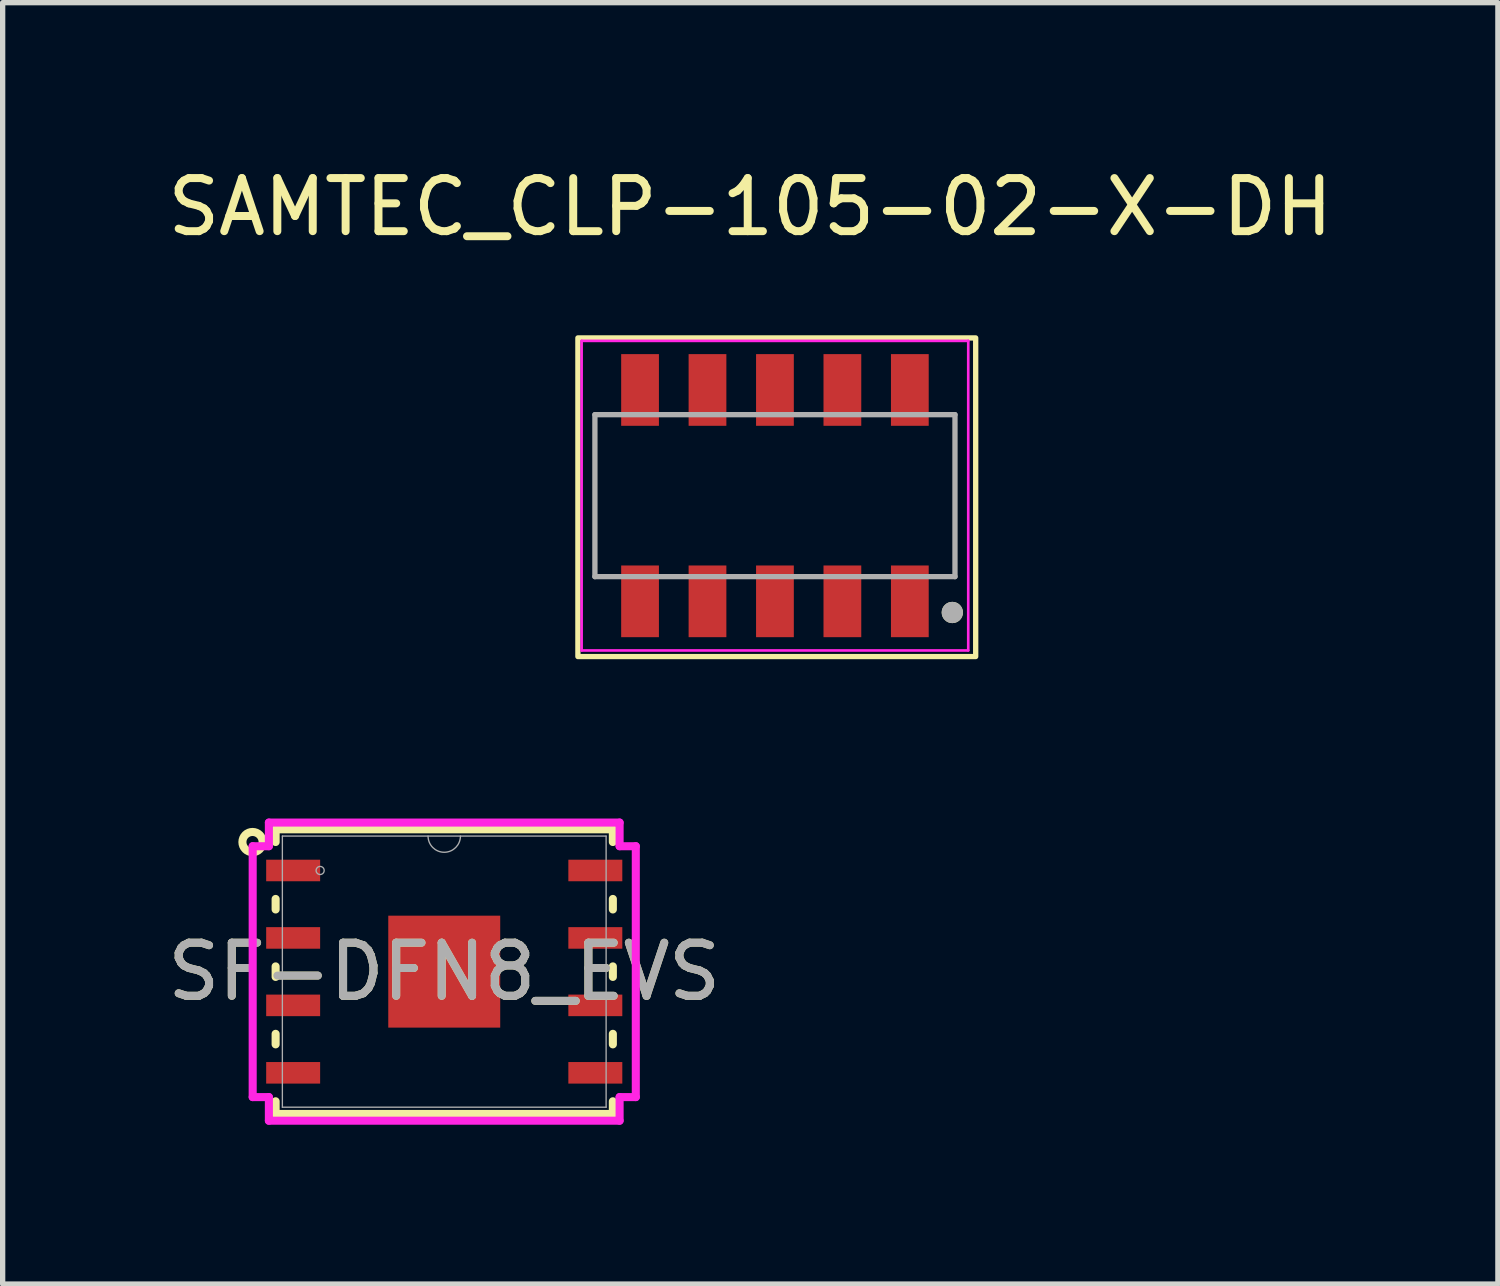
<source format=kicad_pcb>
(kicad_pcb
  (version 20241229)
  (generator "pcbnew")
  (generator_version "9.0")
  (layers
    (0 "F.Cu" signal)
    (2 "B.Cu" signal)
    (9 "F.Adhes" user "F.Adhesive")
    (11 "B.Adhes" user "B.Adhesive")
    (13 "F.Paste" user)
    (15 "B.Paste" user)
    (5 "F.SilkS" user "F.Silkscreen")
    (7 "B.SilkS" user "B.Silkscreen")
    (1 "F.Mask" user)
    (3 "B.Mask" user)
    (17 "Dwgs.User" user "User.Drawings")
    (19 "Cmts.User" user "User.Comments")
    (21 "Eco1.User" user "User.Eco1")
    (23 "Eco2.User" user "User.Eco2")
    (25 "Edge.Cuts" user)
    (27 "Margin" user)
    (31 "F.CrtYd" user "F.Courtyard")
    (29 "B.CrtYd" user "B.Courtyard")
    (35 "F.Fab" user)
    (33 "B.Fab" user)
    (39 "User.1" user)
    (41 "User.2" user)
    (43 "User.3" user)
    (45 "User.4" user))
  (footprint "SAMTEC_CLP-105-02-X-DH"
    (layer "F.Cu")
    (at 11.542 6.283)
    (property "Reference" "SAMTEC_CLP-105-02-X-DH" (at -0.465 -5.435 0) (layer "F.SilkS") (effects (font (size 1 1) (thickness 0.15))))
    (attr smd)
    (fp_rect (start -3.71 -2.97) (end 3.78 3.03) (stroke (width 0.1) (type default)) (fill no) (layer "F.SilkS"))
    (fp_circle (center 3.34 2.2) (end 3.44 2.2) (stroke (width 0.2) (type solid)) (fill no) (layer "F.SilkS"))
    (fp_line (start -3.64 -2.915) (end 3.64 -2.915) (stroke (width 0.05) (type solid)) (layer "F.CrtYd"))
    (fp_line (start -3.64 2.915) (end -3.64 -2.915) (stroke (width 0.05) (type solid)) (layer "F.CrtYd"))
    (fp_line (start 3.64 -2.915) (end 3.64 2.915) (stroke (width 0.05) (type solid)) (layer "F.CrtYd"))
    (fp_line (start 3.64 2.915) (end -3.64 2.915) (stroke (width 0.05) (type solid)) (layer "F.CrtYd"))
    (fp_line (start -3.39 -1.525) (end -3.39 1.525) (stroke (width 0.1) (type solid)) (layer "F.Fab"))
    (fp_line (start -3.39 1.525) (end 3.39 1.525) (stroke (width 0.1) (type solid)) (layer "F.Fab"))
    (fp_line (start 3.39 -1.525) (end -3.39 -1.525) (stroke (width 0.1) (type solid)) (layer "F.Fab"))
    (fp_line (start 3.39 1.525) (end 3.39 -1.525) (stroke (width 0.1) (type solid)) (layer "F.Fab"))
    (fp_circle (center 3.34 2.2) (end 3.44 2.2) (stroke (width 0.2) (type solid)) (fill no) (layer "F.Fab"))
    (pad "1" smd rect (at 2.54 1.99) (size 0.711 1.35) (layers "F.Cu" "F.Mask" "F.Paste"))
    (pad "2" smd rect (at 2.54 -1.99) (size 0.711 1.35) (layers "F.Cu" "F.Mask" "F.Paste"))
    (pad "3" smd rect (at 1.27 1.99) (size 0.711 1.35) (layers "F.Cu" "F.Mask" "F.Paste"))
    (pad "4" smd rect (at 1.27 -1.99) (size 0.711 1.35) (layers "F.Cu" "F.Mask" "F.Paste"))
    (pad "5" smd rect (at 0 1.99) (size 0.711 1.35) (layers "F.Cu" "F.Mask" "F.Paste"))
    (pad "6" smd rect (at 0 -1.99) (size 0.711 1.35) (layers "F.Cu" "F.Mask" "F.Paste"))
    (pad "7" smd rect (at -1.27 1.99) (size 0.711 1.35) (layers "F.Cu" "F.Mask" "F.Paste"))
    (pad "8" smd rect (at -1.27 -1.99) (size 0.711 1.35) (layers "F.Cu" "F.Mask" "F.Paste"))
    (pad "9" smd rect (at -2.54 1.99) (size 0.711 1.35) (layers "F.Cu" "F.Mask" "F.Paste"))
    (pad "10" smd rect (at -2.54 -1.99) (size 0.711 1.35) (layers "F.Cu" "F.Mask" "F.Paste")))
  (footprint "SF-DFN8_EVS"
    (layer "F.Cu")
    (at 5.315 15.246)
    (property "Reference" "SF-DFN8_EVS" (at 0 0 0) (unlocked yes) (layer "F.SilkS") (effects (font (size 1 1) (thickness 0.15))))
    (attr smd)
    (fp_line (start -3.175 -2.68) (end -3.175 -2.441) (stroke (width 0.152) (type solid)) (layer "F.SilkS"))
    (fp_line (start -3.175 -1.369) (end -3.175 -1.171) (stroke (width 0.152) (type solid)) (layer "F.SilkS"))
    (fp_line (start -3.175 -0.099) (end -3.175 0.099) (stroke (width 0.152) (type solid)) (layer "F.SilkS"))
    (fp_line (start -3.175 1.171) (end -3.175 1.369) (stroke (width 0.152) (type solid)) (layer "F.SilkS"))
    (fp_line (start -3.175 2.441) (end -3.175 2.68) (stroke (width 0.152) (type solid)) (layer "F.SilkS"))
    (fp_line (start -3.175 2.68) (end 3.175 2.68) (stroke (width 0.152) (type solid)) (layer "F.SilkS"))
    (fp_line (start 3.175 -2.68) (end -3.175 -2.68) (stroke (width 0.152) (type solid)) (layer "F.SilkS"))
    (fp_line (start 3.175 -2.441) (end 3.175 -2.68) (stroke (width 0.152) (type solid)) (layer "F.SilkS"))
    (fp_line (start 3.175 -1.171) (end 3.175 -1.369) (stroke (width 0.152) (type solid)) (layer "F.SilkS"))
    (fp_line (start 3.175 0.099) (end 3.175 -0.099) (stroke (width 0.152) (type solid)) (layer "F.SilkS"))
    (fp_line (start 3.175 1.369) (end 3.175 1.171) (stroke (width 0.152) (type solid)) (layer "F.SilkS"))
    (fp_line (start 3.175 2.68) (end 3.175 2.441) (stroke (width 0.152) (type solid)) (layer "F.SilkS"))
    (fp_circle (center -3.61 -2.44) (end -3.762 -2.325) (stroke (width 0.152) (type solid)) (fill no) (layer "F.SilkS"))
    (fp_line (start -3.607 -2.362) (end -3.302 -2.362) (stroke (width 0.152) (type solid)) (layer "F.CrtYd"))
    (fp_line (start -3.607 2.362) (end -3.607 -2.362) (stroke (width 0.152) (type solid)) (layer "F.CrtYd"))
    (fp_line (start -3.607 2.362) (end -3.302 2.362) (stroke (width 0.152) (type solid)) (layer "F.CrtYd"))
    (fp_line (start -3.302 -2.807) (end 3.302 -2.807) (stroke (width 0.152) (type solid)) (layer "F.CrtYd"))
    (fp_line (start -3.302 -2.362) (end -3.302 -2.807) (stroke (width 0.152) (type solid)) (layer "F.CrtYd"))
    (fp_line (start -3.302 2.807) (end -3.302 2.362) (stroke (width 0.152) (type solid)) (layer "F.CrtYd"))
    (fp_line (start 3.302 -2.807) (end 3.302 -2.362) (stroke (width 0.152) (type solid)) (layer "F.CrtYd"))
    (fp_line (start 3.302 2.362) (end 3.302 2.807) (stroke (width 0.152) (type solid)) (layer "F.CrtYd"))
    (fp_line (start 3.302 2.807) (end -3.302 2.807) (stroke (width 0.152) (type solid)) (layer "F.CrtYd"))
    (fp_line (start 3.607 -2.362) (end 3.302 -2.362) (stroke (width 0.152) (type solid)) (layer "F.CrtYd"))
    (fp_line (start 3.607 -2.362) (end 3.607 2.362) (stroke (width 0.152) (type solid)) (layer "F.CrtYd"))
    (fp_line (start 3.607 2.362) (end 3.302 2.362) (stroke (width 0.152) (type solid)) (layer "F.CrtYd"))
    (fp_line (start -3.048 -2.553) (end -3.048 2.553) (stroke (width 0.025) (type solid)) (layer "F.Fab"))
    (fp_line (start -3.048 2.553) (end 3.048 2.553) (stroke (width 0.025) (type solid)) (layer "F.Fab"))
    (fp_line (start 3.048 -2.553) (end -3.048 -2.553) (stroke (width 0.025) (type solid)) (layer "F.Fab"))
    (fp_line (start 3.048 2.553) (end 3.048 -2.553) (stroke (width 0.025) (type solid)) (layer "F.Fab"))
    (fp_arc (start 0.3048 -2.5527) (mid 0 -2.2479) (end -0.3048 -2.5527) (stroke (width 0.0254) (type solid)) (layer "F.Fab"))
    (fp_circle (center -2.337 -1.905) (end -2.261 -1.905) (stroke (width 0.025) (type solid)) (fill no) (layer "F.Fab"))
    (fp_text user "${REFERENCE}" (at 0 0 0) (unlocked yes) (layer "F.Fab") (effects (font (size 1 1) (thickness 0.15))))
    (pad "1" smd rect (at -2.845 -1.905) (size 1.016 0.406) (layers "F.Cu" "F.Mask" "F.Paste"))
    (pad "2" smd rect (at -2.845 -0.635) (size 1.016 0.406) (layers "F.Cu" "F.Mask" "F.Paste"))
    (pad "3" smd rect (at -2.845 0.635) (size 1.016 0.406) (layers "F.Cu" "F.Mask" "F.Paste"))
    (pad "4" smd rect (at -2.845 1.905) (size 1.016 0.406) (layers "F.Cu" "F.Mask" "F.Paste"))
    (pad "5" smd rect (at 2.845 1.905) (size 1.016 0.406) (layers "F.Cu" "F.Mask" "F.Paste"))
    (pad "6" smd rect (at 2.845 0.635) (size 1.016 0.406) (layers "F.Cu" "F.Mask" "F.Paste"))
    (pad "7" smd rect (at 2.845 -0.635) (size 1.016 0.406) (layers "F.Cu" "F.Mask" "F.Paste"))
    (pad "8" smd rect (at 2.845 -1.905) (size 1.016 0.406) (layers "F.Cu" "F.Mask" "F.Paste"))
    (pad "9" smd rect (at 0 0) (size 2.108 2.108) (layers "F.Cu" "F.Mask" "F.Paste")))
  (gr_rect
    (start -3 -3)
    (end 25.155 21.129)
    (stroke (width 0.1) (type default))
    (fill no)
    (layer "Edge.Cuts")))
</source>
